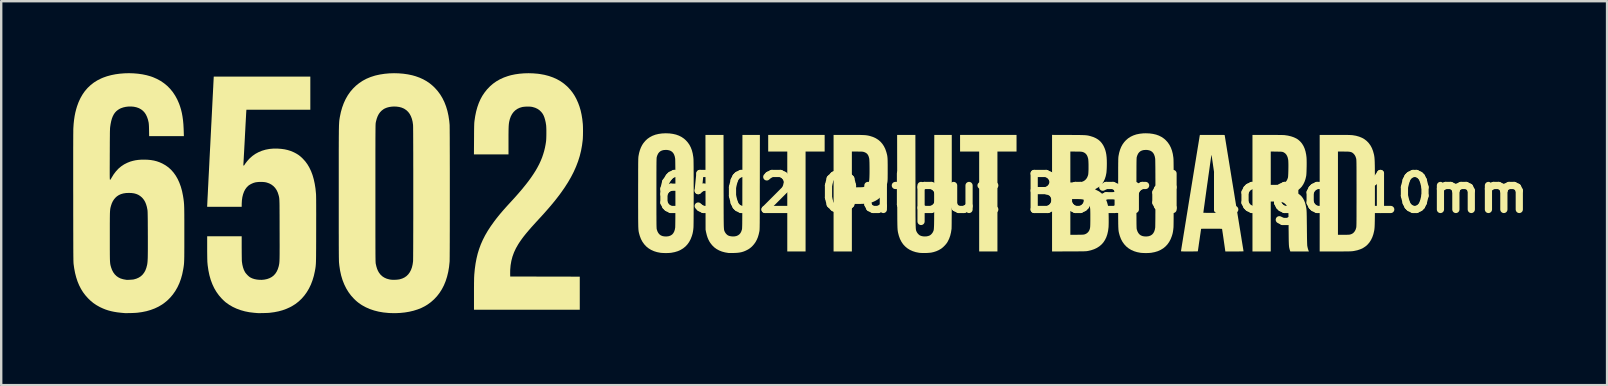
<source format=kicad_pcb>
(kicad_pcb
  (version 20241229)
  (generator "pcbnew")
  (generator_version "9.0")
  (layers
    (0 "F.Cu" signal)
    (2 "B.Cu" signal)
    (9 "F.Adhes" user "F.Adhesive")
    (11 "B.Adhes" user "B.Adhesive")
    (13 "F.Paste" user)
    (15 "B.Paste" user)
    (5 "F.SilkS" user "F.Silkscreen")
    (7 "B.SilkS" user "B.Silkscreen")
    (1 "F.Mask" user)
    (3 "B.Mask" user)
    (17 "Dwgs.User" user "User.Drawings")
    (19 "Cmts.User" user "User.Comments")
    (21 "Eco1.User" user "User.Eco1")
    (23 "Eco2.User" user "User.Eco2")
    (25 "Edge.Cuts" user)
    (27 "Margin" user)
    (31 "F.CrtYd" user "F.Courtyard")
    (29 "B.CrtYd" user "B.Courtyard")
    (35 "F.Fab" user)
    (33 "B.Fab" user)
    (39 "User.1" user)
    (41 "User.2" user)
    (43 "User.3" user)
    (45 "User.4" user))
  (footprint "6502 Output Board Logo 10mm"
    (layer "F.Cu")
    (at 42.473 5)
    (property "Reference" "6502 Output Board Logo 10mm" (at 0 0 0) (layer "F.SilkS") (effects (font (size 1.5 1.5) (thickness 0.3))))
    (attr board_only exclude_from_pos_files exclude_from_bom)
    (fp_poly (pts (xy -11.16 -2.081) (xy -11.16 -1.735) (xy -11.558 -1.735) (xy -11.955 -1.735) (xy -11.955 0.347) (xy -11.955 2.428) (xy -12.336 2.428) (xy -12.717 2.428) (xy -12.717 0.347) (xy -12.717 -1.735) (xy -13.115 -1.735) (xy -13.512 -1.735) (xy -13.512 -2.081) (xy -13.512 -2.428) (xy -12.336 -2.428) (xy -11.16 -2.428)) (stroke (width 0) (type solid)) (fill yes) (layer "F.SilkS"))
    (fp_poly (pts (xy -3.164 -2.081) (xy -3.164 -1.735) (xy -3.562 -1.735) (xy -3.96 -1.735) (xy -3.96 0.347) (xy -3.96 2.428) (xy -4.341 2.428) (xy -4.721 2.428) (xy -4.721 0.347) (xy -4.721 -1.735) (xy -5.119 -1.735) (xy -5.517 -1.735) (xy -5.517 -2.081) (xy -5.517 -2.428) (xy -4.341 -2.428) (xy -3.164 -2.428)) (stroke (width 0) (type solid)) (fill yes) (layer "F.SilkS"))
    (fp_poly (pts (xy -10.038 -2.428) (xy -9.926 -2.428) (xy -9.828 -2.428) (xy -9.742 -2.427) (xy -9.668 -2.426) (xy -9.605 -2.424) (xy -9.55 -2.422) (xy -9.502 -2.42) (xy -9.461 -2.417) (xy -9.424 -2.413) (xy -9.39 -2.408) (xy -9.359 -2.403) (xy -9.328 -2.396) (xy -9.296 -2.389) (xy -9.272 -2.383) (xy -9.146 -2.343) (xy -9.032 -2.291) (xy -8.93 -2.227) (xy -8.839 -2.15) (xy -8.76 -2.061) (xy -8.692 -1.96) (xy -8.635 -1.846) (xy -8.591 -1.719) (xy -8.581 -1.684) (xy -8.571 -1.646) (xy -8.562 -1.612) (xy -8.555 -1.579) (xy -8.549 -1.547) (xy -8.545 -1.512) (xy -8.541 -1.475) (xy -8.538 -1.432) (xy -8.536 -1.383) (xy -8.535 -1.325) (xy -8.534 -1.257) (xy -8.533 -1.176) (xy -8.533 -1.082) (xy -8.533 -0.99) (xy -8.533 -0.888) (xy -8.533 -0.801) (xy -8.534 -0.727) (xy -8.534 -0.666) (xy -8.535 -0.616) (xy -8.536 -0.574) (xy -8.538 -0.54) (xy -8.539 -0.512) (xy -8.542 -0.488) (xy -8.545 -0.467) (xy -8.548 -0.447) (xy -8.548 -0.444) (xy -8.576 -0.314) (xy -8.611 -0.198) (xy -8.653 -0.095) (xy -8.702 -0.002) (xy -8.761 0.082) (xy -8.81 0.14) (xy -8.881 0.209) (xy -8.956 0.266) (xy -9.04 0.316) (xy -9.061 0.326) (xy -9.126 0.357) (xy -9.191 0.382) (xy -9.259 0.402) (xy -9.33 0.418) (xy -9.409 0.431) (xy -9.496 0.44) (xy -9.593 0.445) (xy -9.704 0.448) (xy -9.787 0.448) (xy -10.026 0.448) (xy -10.026 1.438) (xy -10.026 2.428) (xy -10.407 2.428) (xy -10.788 2.428) (xy -10.788 0) (xy -10.788 -0.99) (xy -10.026 -0.99) (xy -10.026 -0.245) (xy -9.804 -0.245) (xy -9.725 -0.246) (xy -9.66 -0.247) (xy -9.61 -0.249) (xy -9.573 -0.252) (xy -9.547 -0.255) (xy -9.54 -0.257) (xy -9.472 -0.282) (xy -9.416 -0.317) (xy -9.371 -0.363) (xy -9.337 -0.422) (xy -9.312 -0.494) (xy -9.304 -0.532) (xy -9.3 -0.561) (xy -9.297 -0.604) (xy -9.294 -0.66) (xy -9.292 -0.726) (xy -9.29 -0.799) (xy -9.289 -0.878) (xy -9.289 -0.96) (xy -9.289 -1.043) (xy -9.29 -1.124) (xy -9.291 -1.201) (xy -9.292 -1.273) (xy -9.295 -1.336) (xy -9.297 -1.388) (xy -9.301 -1.427) (xy -9.303 -1.445) (xy -9.323 -1.522) (xy -9.35 -1.585) (xy -9.386 -1.636) (xy -9.432 -1.675) (xy -9.489 -1.704) (xy -9.528 -1.718) (xy -9.547 -1.723) (xy -9.566 -1.727) (xy -9.589 -1.73) (xy -9.617 -1.732) (xy -9.653 -1.733) (xy -9.7 -1.734) (xy -9.759 -1.734) (xy -9.805 -1.735) (xy -10.026 -1.735) (xy -10.026 -0.99) (xy -10.788 -0.99) (xy -10.788 -2.428) (xy -10.166 -2.428)) (stroke (width 0) (type solid)) (fill yes) (layer "F.SilkS"))
    (fp_poly (pts (xy -15.371 -0.489) (xy -15.371 -0.272) (xy -15.371 -0.072) (xy -15.37 0.113) (xy -15.37 0.283) (xy -15.37 0.439) (xy -15.37 0.581) (xy -15.369 0.71) (xy -15.369 0.827) (xy -15.368 0.932) (xy -15.368 1.026) (xy -15.367 1.11) (xy -15.366 1.185) (xy -15.365 1.25) (xy -15.364 1.307) (xy -15.363 1.357) (xy -15.361 1.399) (xy -15.359 1.436) (xy -15.357 1.466) (xy -15.355 1.492) (xy -15.352 1.514) (xy -15.35 1.532) (xy -15.346 1.546) (xy -15.343 1.559) (xy -15.339 1.57) (xy -15.335 1.58) (xy -15.331 1.59) (xy -15.326 1.6) (xy -15.32 1.611) (xy -15.317 1.617) (xy -15.295 1.656) (xy -15.263 1.696) (xy -15.226 1.732) (xy -15.19 1.758) (xy -15.183 1.762) (xy -15.126 1.784) (xy -15.06 1.797) (xy -14.989 1.803) (xy -14.918 1.801) (xy -14.853 1.789) (xy -14.84 1.786) (xy -14.772 1.757) (xy -14.715 1.716) (xy -14.669 1.663) (xy -14.634 1.596) (xy -14.607 1.516) (xy -14.607 1.514) (xy -14.605 1.506) (xy -14.604 1.498) (xy -14.602 1.487) (xy -14.601 1.474) (xy -14.6 1.457) (xy -14.599 1.437) (xy -14.598 1.412) (xy -14.597 1.382) (xy -14.596 1.346) (xy -14.595 1.304) (xy -14.594 1.254) (xy -14.594 1.196) (xy -14.593 1.13) (xy -14.593 1.055) (xy -14.592 0.97) (xy -14.592 0.875) (xy -14.591 0.768) (xy -14.591 0.649) (xy -14.591 0.518) (xy -14.59 0.374) (xy -14.59 0.216) (xy -14.59 0.043) (xy -14.59 -0.144) (xy -14.589 -0.348) (xy -14.589 -0.489) (xy -14.586 -2.428) (xy -14.223 -2.428) (xy -13.859 -2.428) (xy -13.861 -0.463) (xy -13.862 -0.247) (xy -13.862 -0.047) (xy -13.862 0.137) (xy -13.862 0.306) (xy -13.863 0.461) (xy -13.863 0.603) (xy -13.863 0.731) (xy -13.864 0.847) (xy -13.864 0.952) (xy -13.864 1.046) (xy -13.865 1.129) (xy -13.865 1.203) (xy -13.866 1.268) (xy -13.867 1.324) (xy -13.867 1.373) (xy -13.868 1.415) (xy -13.869 1.45) (xy -13.87 1.48) (xy -13.871 1.505) (xy -13.872 1.526) (xy -13.873 1.543) (xy -13.875 1.557) (xy -13.876 1.569) (xy -13.878 1.579) (xy -13.878 1.582) (xy -13.907 1.714) (xy -13.942 1.832) (xy -13.986 1.938) (xy -14.038 2.034) (xy -14.099 2.121) (xy -14.158 2.189) (xy -14.219 2.249) (xy -14.278 2.297) (xy -14.341 2.339) (xy -14.397 2.369) (xy -14.474 2.406) (xy -14.549 2.435) (xy -14.624 2.457) (xy -14.704 2.473) (xy -14.792 2.484) (xy -14.891 2.49) (xy -14.959 2.492) (xy -15.015 2.492) (xy -15.066 2.492) (xy -15.111 2.492) (xy -15.146 2.492) (xy -15.167 2.491) (xy -15.171 2.491) (xy -15.312 2.467) (xy -15.442 2.432) (xy -15.559 2.385) (xy -15.666 2.326) (xy -15.762 2.255) (xy -15.847 2.171) (xy -15.923 2.075) (xy -15.957 2.022) (xy -16 1.942) (xy -16.037 1.855) (xy -16.069 1.757) (xy -16.096 1.646) (xy -16.104 1.612) (xy -16.122 1.519) (xy -16.125 -0.455) (xy -16.127 -2.428) (xy -15.751 -2.428) (xy -15.374 -2.428)) (stroke (width 0) (type solid)) (fill yes) (layer "F.SilkS"))
    (fp_poly (pts (xy -7.376 -0.489) (xy -7.375 -0.272) (xy -7.375 -0.072) (xy -7.375 0.113) (xy -7.375 0.283) (xy -7.374 0.439) (xy -7.374 0.581) (xy -7.374 0.71) (xy -7.373 0.827) (xy -7.373 0.932) (xy -7.372 1.026) (xy -7.371 1.11) (xy -7.371 1.185) (xy -7.37 1.25) (xy -7.368 1.307) (xy -7.367 1.357) (xy -7.365 1.399) (xy -7.364 1.436) (xy -7.362 1.466) (xy -7.359 1.492) (xy -7.357 1.514) (xy -7.354 1.532) (xy -7.351 1.546) (xy -7.347 1.559) (xy -7.344 1.57) (xy -7.339 1.58) (xy -7.335 1.59) (xy -7.33 1.6) (xy -7.325 1.611) (xy -7.322 1.617) (xy -7.299 1.656) (xy -7.267 1.696) (xy -7.23 1.732) (xy -7.193 1.759) (xy -7.187 1.762) (xy -7.127 1.785) (xy -7.058 1.799) (xy -6.984 1.803) (xy -6.91 1.799) (xy -6.84 1.784) (xy -6.782 1.762) (xy -6.746 1.738) (xy -6.709 1.704) (xy -6.676 1.664) (xy -6.651 1.625) (xy -6.647 1.617) (xy -6.642 1.605) (xy -6.637 1.595) (xy -6.632 1.585) (xy -6.628 1.575) (xy -6.624 1.565) (xy -6.62 1.553) (xy -6.617 1.539) (xy -6.614 1.523) (xy -6.611 1.504) (xy -6.609 1.48) (xy -6.607 1.452) (xy -6.605 1.418) (xy -6.603 1.379) (xy -6.601 1.333) (xy -6.6 1.28) (xy -6.599 1.219) (xy -6.598 1.149) (xy -6.597 1.07) (xy -6.597 0.981) (xy -6.596 0.881) (xy -6.596 0.77) (xy -6.595 0.648) (xy -6.595 0.512) (xy -6.595 0.364) (xy -6.594 0.201) (xy -6.594 0.024) (xy -6.594 -0.169) (xy -6.594 -0.377) (xy -6.594 -0.489) (xy -6.591 -2.428) (xy -6.227 -2.428) (xy -5.863 -2.428) (xy -5.863 -0.512) (xy -5.864 -0.262) (xy -5.864 -0.03) (xy -5.864 0.185) (xy -5.864 0.384) (xy -5.864 0.566) (xy -5.865 0.732) (xy -5.865 0.881) (xy -5.866 1.014) (xy -5.867 1.13) (xy -5.867 1.23) (xy -5.868 1.313) (xy -5.869 1.381) (xy -5.87 1.432) (xy -5.871 1.468) (xy -5.872 1.487) (xy -5.872 1.487) (xy -5.895 1.635) (xy -5.928 1.772) (xy -5.973 1.898) (xy -6.029 2.012) (xy -6.069 2.077) (xy -6.108 2.127) (xy -6.156 2.181) (xy -6.209 2.234) (xy -6.263 2.281) (xy -6.308 2.315) (xy -6.404 2.371) (xy -6.506 2.417) (xy -6.618 2.453) (xy -6.697 2.471) (xy -6.746 2.479) (xy -6.808 2.485) (xy -6.878 2.49) (xy -6.953 2.493) (xy -7.029 2.493) (xy -7.101 2.492) (xy -7.166 2.489) (xy -7.22 2.484) (xy -7.226 2.483) (xy -7.364 2.456) (xy -7.492 2.415) (xy -7.609 2.362) (xy -7.714 2.296) (xy -7.807 2.218) (xy -7.89 2.128) (xy -7.96 2.025) (xy -8.019 1.911) (xy -8.065 1.784) (xy -8.092 1.683) (xy -8.096 1.663) (xy -8.101 1.644) (xy -8.105 1.626) (xy -8.108 1.608) (xy -8.111 1.59) (xy -8.114 1.57) (xy -8.117 1.548) (xy -8.12 1.523) (xy -8.122 1.495) (xy -8.124 1.463) (xy -8.126 1.426) (xy -8.127 1.384) (xy -8.129 1.335) (xy -8.13 1.279) (xy -8.131 1.216) (xy -8.132 1.145) (xy -8.133 1.065) (xy -8.133 0.975) (xy -8.134 0.874) (xy -8.134 0.763) (xy -8.135 0.64) (xy -8.135 0.504) (xy -8.136 0.356) (xy -8.136 0.193) (xy -8.136 0.016) (xy -8.137 -0.176) (xy -8.137 -0.384) (xy -8.137 -0.493) (xy -8.14 -2.428) (xy -7.759 -2.428) (xy -7.379 -2.428)) (stroke (width 0) (type solid)) (fill yes) (layer "F.SilkS"))
    (fp_poly (pts (xy 10.231 -2.428) (xy 10.341 -2.428) (xy 10.437 -2.428) (xy 10.52 -2.427) (xy 10.591 -2.426) (xy 10.651 -2.426) (xy 10.701 -2.424) (xy 10.743 -2.423) (xy 10.779 -2.421) (xy 10.808 -2.419) (xy 10.833 -2.417) (xy 10.844 -2.416) (xy 10.985 -2.392) (xy 11.114 -2.355) (xy 11.231 -2.307) (xy 11.336 -2.247) (xy 11.429 -2.174) (xy 11.511 -2.089) (xy 11.582 -1.992) (xy 11.642 -1.882) (xy 11.69 -1.759) (xy 11.727 -1.624) (xy 11.739 -1.565) (xy 11.743 -1.542) (xy 11.746 -1.517) (xy 11.75 -1.49) (xy 11.753 -1.459) (xy 11.755 -1.424) (xy 11.758 -1.384) (xy 11.76 -1.339) (xy 11.762 -1.286) (xy 11.763 -1.226) (xy 11.765 -1.158) (xy 11.766 -1.08) (xy 11.767 -0.992) (xy 11.767 -0.894) (xy 11.768 -0.783) (xy 11.769 -0.66) (xy 11.769 -0.524) (xy 11.769 -0.373) (xy 11.769 -0.207) (xy 11.769 -0.025) (xy 11.769 0) (xy 11.769 0.184) (xy 11.769 0.352) (xy 11.769 0.505) (xy 11.769 0.643) (xy 11.768 0.768) (xy 11.768 0.88) (xy 11.767 0.98) (xy 11.766 1.069) (xy 11.765 1.148) (xy 11.763 1.218) (xy 11.762 1.279) (xy 11.76 1.332) (xy 11.758 1.379) (xy 11.756 1.419) (xy 11.753 1.455) (xy 11.75 1.486) (xy 11.747 1.514) (xy 11.743 1.539) (xy 11.739 1.562) (xy 11.739 1.565) (xy 11.706 1.706) (xy 11.662 1.834) (xy 11.607 1.949) (xy 11.541 2.051) (xy 11.464 2.141) (xy 11.375 2.219) (xy 11.274 2.284) (xy 11.162 2.337) (xy 11.038 2.378) (xy 10.902 2.407) (xy 10.844 2.416) (xy 10.821 2.418) (xy 10.794 2.42) (xy 10.762 2.422) (xy 10.723 2.424) (xy 10.677 2.425) (xy 10.622 2.426) (xy 10.557 2.427) (xy 10.48 2.427) (xy 10.391 2.428) (xy 10.288 2.428) (xy 10.17 2.428) (xy 10.105 2.428) (xy 9.468 2.428) (xy 9.468 0) (xy 10.229 0) (xy 10.229 1.735) (xy 10.46 1.734) (xy 10.54 1.734) (xy 10.604 1.733) (xy 10.654 1.731) (xy 10.692 1.729) (xy 10.72 1.726) (xy 10.733 1.723) (xy 10.783 1.707) (xy 10.822 1.689) (xy 10.857 1.666) (xy 10.882 1.644) (xy 10.928 1.589) (xy 10.964 1.522) (xy 10.989 1.442) (xy 10.989 1.44) (xy 10.991 1.431) (xy 10.993 1.42) (xy 10.994 1.407) (xy 10.996 1.39) (xy 10.997 1.37) (xy 10.998 1.345) (xy 10.999 1.314) (xy 11 1.278) (xy 11.001 1.234) (xy 11.001 1.182) (xy 11.002 1.121) (xy 11.002 1.051) (xy 11.003 0.971) (xy 11.003 0.879) (xy 11.003 0.776) (xy 11.003 0.66) (xy 11.003 0.53) (xy 11.004 0.387) (xy 11.004 0.228) (xy 11.004 0.053) (xy 11.004 0) (xy 11.004 -0.18) (xy 11.004 -0.343) (xy 11.003 -0.491) (xy 11.003 -0.625) (xy 11.003 -0.744) (xy 11.003 -0.851) (xy 11.003 -0.946) (xy 11.002 -1.029) (xy 11.002 -1.102) (xy 11.001 -1.166) (xy 11.001 -1.22) (xy 11 -1.266) (xy 10.999 -1.305) (xy 10.998 -1.337) (xy 10.997 -1.363) (xy 10.996 -1.385) (xy 10.995 -1.402) (xy 10.993 -1.416) (xy 10.991 -1.428) (xy 10.99 -1.438) (xy 10.989 -1.44) (xy 10.964 -1.521) (xy 10.929 -1.588) (xy 10.883 -1.643) (xy 10.883 -1.643) (xy 10.856 -1.667) (xy 10.831 -1.686) (xy 10.804 -1.701) (xy 10.774 -1.713) (xy 10.738 -1.722) (xy 10.695 -1.728) (xy 10.643 -1.732) (xy 10.579 -1.734) (xy 10.501 -1.734) (xy 10.459 -1.735) (xy 10.229 -1.735) (xy 10.229 0) (xy 9.468 0) (xy 9.468 -2.428) (xy 10.105 -2.428)) (stroke (width 0) (type solid)) (fill yes) (layer "F.SilkS"))
    (fp_poly (pts (xy 7.412 -2.428) (xy 7.523 -2.428) (xy 7.626 -2.427) (xy 7.719 -2.426) (xy 7.801 -2.425) (xy 7.872 -2.424) (xy 7.929 -2.423) (xy 7.972 -2.422) (xy 7.999 -2.42) (xy 8.002 -2.42) (xy 8.145 -2.399) (xy 8.275 -2.368) (xy 8.392 -2.328) (xy 8.497 -2.278) (xy 8.553 -2.243) (xy 8.591 -2.214) (xy 8.634 -2.175) (xy 8.676 -2.132) (xy 8.714 -2.088) (xy 8.736 -2.06) (xy 8.793 -1.966) (xy 8.841 -1.858) (xy 8.878 -1.738) (xy 8.905 -1.606) (xy 8.918 -1.504) (xy 8.921 -1.462) (xy 8.924 -1.407) (xy 8.925 -1.342) (xy 8.926 -1.27) (xy 8.926 -1.192) (xy 8.925 -1.113) (xy 8.923 -1.034) (xy 8.921 -0.958) (xy 8.919 -0.887) (xy 8.916 -0.825) (xy 8.912 -0.773) (xy 8.908 -0.735) (xy 8.907 -0.723) (xy 8.877 -0.592) (xy 8.836 -0.474) (xy 8.785 -0.369) (xy 8.724 -0.277) (xy 8.651 -0.198) (xy 8.568 -0.132) (xy 8.498 -0.091) (xy 8.468 -0.075) (xy 8.444 -0.061) (xy 8.431 -0.051) (xy 8.43 -0.048) (xy 8.438 -0.042) (xy 8.458 -0.032) (xy 8.486 -0.019) (xy 8.494 -0.016) (xy 8.578 0.024) (xy 8.651 0.075) (xy 8.716 0.137) (xy 8.771 0.211) (xy 8.818 0.297) (xy 8.857 0.396) (xy 8.888 0.51) (xy 8.912 0.638) (xy 8.915 0.663) (xy 8.918 0.684) (xy 8.92 0.71) (xy 8.922 0.742) (xy 8.924 0.781) (xy 8.926 0.829) (xy 8.927 0.885) (xy 8.929 0.953) (xy 8.93 1.031) (xy 8.931 1.123) (xy 8.932 1.228) (xy 8.934 1.349) (xy 8.935 1.447) (xy 8.936 1.591) (xy 8.938 1.721) (xy 8.939 1.836) (xy 8.941 1.936) (xy 8.943 2.02) (xy 8.945 2.089) (xy 8.947 2.141) (xy 8.949 2.177) (xy 8.951 2.196) (xy 8.965 2.264) (xy 8.982 2.33) (xy 9.001 2.385) (xy 9.004 2.392) (xy 9.019 2.428) (xy 8.631 2.428) (xy 8.243 2.428) (xy 8.225 2.371) (xy 8.217 2.345) (xy 8.211 2.321) (xy 8.205 2.297) (xy 8.199 2.273) (xy 8.195 2.247) (xy 8.191 2.219) (xy 8.188 2.186) (xy 8.185 2.147) (xy 8.183 2.102) (xy 8.181 2.049) (xy 8.179 1.986) (xy 8.178 1.914) (xy 8.177 1.829) (xy 8.176 1.732) (xy 8.175 1.621) (xy 8.173 1.494) (xy 8.173 1.455) (xy 8.172 1.327) (xy 8.171 1.215) (xy 8.17 1.117) (xy 8.169 1.033) (xy 8.168 0.961) (xy 8.167 0.901) (xy 8.166 0.85) (xy 8.164 0.809) (xy 8.163 0.775) (xy 8.161 0.748) (xy 8.159 0.726) (xy 8.157 0.709) (xy 8.155 0.695) (xy 8.153 0.688) (xy 8.135 0.619) (xy 8.115 0.564) (xy 8.092 0.519) (xy 8.064 0.48) (xy 8.034 0.449) (xy 7.999 0.421) (xy 7.961 0.398) (xy 7.918 0.379) (xy 7.868 0.366) (xy 7.808 0.356) (xy 7.738 0.351) (xy 7.653 0.348) (xy 7.6 0.347) (xy 7.429 0.347) (xy 7.429 1.388) (xy 7.429 2.428) (xy 7.048 2.428) (xy 6.667 2.428) (xy 6.667 0) (xy 6.667 -1.041) (xy 7.429 -1.041) (xy 7.429 -0.347) (xy 7.6 -0.347) (xy 7.672 -0.348) (xy 7.735 -0.35) (xy 7.788 -0.353) (xy 7.828 -0.358) (xy 7.835 -0.359) (xy 7.915 -0.38) (xy 7.984 -0.413) (xy 8.041 -0.457) (xy 8.087 -0.514) (xy 8.124 -0.585) (xy 8.145 -0.647) (xy 8.149 -0.671) (xy 8.153 -0.709) (xy 8.156 -0.758) (xy 8.159 -0.818) (xy 8.161 -0.885) (xy 8.163 -0.956) (xy 8.164 -1.03) (xy 8.165 -1.103) (xy 8.165 -1.174) (xy 8.164 -1.24) (xy 8.162 -1.298) (xy 8.16 -1.346) (xy 8.157 -1.382) (xy 8.156 -1.388) (xy 8.138 -1.477) (xy 8.11 -1.552) (xy 8.073 -1.614) (xy 8.027 -1.663) (xy 7.971 -1.7) (xy 7.946 -1.711) (xy 7.931 -1.716) (xy 7.916 -1.721) (xy 7.899 -1.724) (xy 7.877 -1.727) (xy 7.848 -1.729) (xy 7.81 -1.73) (xy 7.761 -1.731) (xy 7.699 -1.732) (xy 7.664 -1.733) (xy 7.429 -1.736) (xy 7.429 -1.041) (xy 6.667 -1.041) (xy 6.667 -2.428) (xy 7.294 -2.428)) (stroke (width 0) (type solid)) (fill yes) (layer "F.SilkS"))
    (fp_poly (pts (xy -0.996 -2.426) (xy -0.867 -2.426) (xy -0.754 -2.425) (xy -0.655 -2.424) (xy -0.569 -2.424) (xy -0.495 -2.423) (xy -0.432 -2.421) (xy -0.377 -2.42) (xy -0.331 -2.418) (xy -0.291 -2.415) (xy -0.256 -2.412) (xy -0.225 -2.408) (xy -0.197 -2.404) (xy -0.171 -2.399) (xy -0.144 -2.393) (xy -0.117 -2.386) (xy -0.087 -2.378) (xy -0.082 -2.377) (xy 0.038 -2.339) (xy 0.144 -2.291) (xy 0.238 -2.233) (xy 0.32 -2.164) (xy 0.39 -2.083) (xy 0.451 -1.99) (xy 0.469 -1.954) (xy 0.506 -1.874) (xy 0.536 -1.79) (xy 0.56 -1.7) (xy 0.578 -1.603) (xy 0.59 -1.497) (xy 0.597 -1.379) (xy 0.599 -1.249) (xy 0.598 -1.138) (xy 0.596 -1.07) (xy 0.593 -1.004) (xy 0.589 -0.943) (xy 0.585 -0.891) (xy 0.581 -0.852) (xy 0.58 -0.842) (xy 0.553 -0.711) (xy 0.515 -0.593) (xy 0.466 -0.488) (xy 0.405 -0.395) (xy 0.333 -0.314) (xy 0.25 -0.247) (xy 0.16 -0.194) (xy 0.135 -0.18) (xy 0.118 -0.167) (xy 0.112 -0.159) (xy 0.112 -0.159) (xy 0.121 -0.151) (xy 0.142 -0.139) (xy 0.169 -0.127) (xy 0.173 -0.125) (xy 0.27 -0.077) (xy 0.357 -0.014) (xy 0.435 0.061) (xy 0.502 0.15) (xy 0.558 0.251) (xy 0.604 0.365) (xy 0.64 0.491) (xy 0.656 0.577) (xy 0.661 0.613) (xy 0.664 0.663) (xy 0.668 0.725) (xy 0.671 0.796) (xy 0.673 0.874) (xy 0.675 0.957) (xy 0.676 1.041) (xy 0.676 1.125) (xy 0.676 1.205) (xy 0.675 1.28) (xy 0.673 1.346) (xy 0.671 1.401) (xy 0.669 1.426) (xy 0.65 1.574) (xy 0.619 1.711) (xy 0.577 1.835) (xy 0.522 1.948) (xy 0.456 2.049) (xy 0.377 2.138) (xy 0.286 2.215) (xy 0.183 2.281) (xy 0.068 2.335) (xy -0.06 2.378) (xy -0.178 2.405) (xy -0.195 2.408) (xy -0.213 2.411) (xy -0.231 2.414) (xy -0.25 2.416) (xy -0.273 2.418) (xy -0.3 2.419) (xy -0.333 2.421) (xy -0.372 2.422) (xy -0.419 2.423) (xy -0.476 2.423) (xy -0.543 2.424) (xy -0.622 2.425) (xy -0.713 2.425) (xy -0.819 2.426) (xy -0.94 2.426) (xy -0.979 2.426) (xy -1.684 2.429) (xy -1.684 0.99) (xy -0.922 0.99) (xy -0.922 1.735) (xy -0.645 1.733) (xy -0.569 1.732) (xy -0.507 1.731) (xy -0.458 1.73) (xy -0.42 1.729) (xy -0.39 1.727) (xy -0.367 1.724) (xy -0.348 1.721) (xy -0.332 1.717) (xy -0.316 1.712) (xy -0.311 1.711) (xy -0.255 1.684) (xy -0.204 1.646) (xy -0.162 1.599) (xy -0.14 1.562) (xy -0.128 1.538) (xy -0.119 1.514) (xy -0.111 1.489) (xy -0.104 1.462) (xy -0.099 1.43) (xy -0.095 1.393) (xy -0.093 1.348) (xy -0.091 1.293) (xy -0.09 1.226) (xy -0.089 1.147) (xy -0.089 1.053) (xy -0.089 1.028) (xy -0.089 0.939) (xy -0.089 0.865) (xy -0.09 0.804) (xy -0.091 0.754) (xy -0.092 0.714) (xy -0.093 0.682) (xy -0.095 0.655) (xy -0.098 0.633) (xy -0.101 0.612) (xy -0.105 0.592) (xy -0.107 0.583) (xy -0.118 0.541) (xy -0.131 0.498) (xy -0.144 0.462) (xy -0.149 0.452) (xy -0.181 0.4) (xy -0.224 0.352) (xy -0.274 0.312) (xy -0.305 0.295) (xy -0.336 0.281) (xy -0.367 0.27) (xy -0.401 0.261) (xy -0.439 0.255) (xy -0.484 0.25) (xy -0.538 0.247) (xy -0.605 0.246) (xy -0.685 0.245) (xy -0.698 0.245) (xy -0.922 0.245) (xy -0.922 0.99) (xy -1.684 0.99) (xy -1.684 -0.000009) (xy -1.684 -1.09) (xy -0.922 -1.09) (xy -0.922 -0.446) (xy -0.717 -0.451) (xy -0.657 -0.453) (xy -0.6 -0.455) (xy -0.55 -0.458) (xy -0.509 -0.461) (xy -0.48 -0.464) (xy -0.47 -0.466) (xy -0.392 -0.491) (xy -0.326 -0.53) (xy -0.27 -0.581) (xy -0.226 -0.645) (xy -0.193 -0.722) (xy -0.18 -0.766) (xy -0.175 -0.797) (xy -0.171 -0.842) (xy -0.168 -0.898) (xy -0.165 -0.962) (xy -0.164 -1.033) (xy -0.164 -1.106) (xy -0.164 -1.179) (xy -0.166 -1.249) (xy -0.168 -1.313) (xy -0.172 -1.369) (xy -0.176 -1.414) (xy -0.18 -1.438) (xy -0.203 -1.518) (xy -0.233 -1.583) (xy -0.271 -1.635) (xy -0.318 -1.675) (xy -0.338 -1.687) (xy -0.364 -1.7) (xy -0.389 -1.711) (xy -0.414 -1.719) (xy -0.443 -1.725) (xy -0.478 -1.729) (xy -0.521 -1.732) (xy -0.574 -1.734) (xy -0.641 -1.734) (xy -0.696 -1.734) (xy -0.922 -1.735) (xy -0.922 -1.09) (xy -1.684 -1.09) (xy -1.684 -2.429)) (stroke (width 0) (type solid)) (fill yes) (layer "F.SilkS"))
    (fp_poly (pts (xy -23.302 -4.993) (xy -23.11 -4.977) (xy -23.027 -4.966) (xy -22.833 -4.931) (xy -22.65 -4.883) (xy -22.477 -4.822) (xy -22.315 -4.749) (xy -22.163 -4.663) (xy -22.024 -4.565) (xy -21.895 -4.454) (xy -21.864 -4.424) (xy -21.758 -4.31) (xy -21.665 -4.192) (xy -21.583 -4.067) (xy -21.508 -3.931) (xy -21.5 -3.913) (xy -21.432 -3.762) (xy -21.375 -3.607) (xy -21.327 -3.444) (xy -21.289 -3.272) (xy -21.259 -3.089) (xy -21.238 -2.893) (xy -21.237 -2.889) (xy -21.234 -2.831) (xy -21.231 -2.759) (xy -21.23 -2.679) (xy -21.229 -2.592) (xy -21.23 -2.505) (xy -21.231 -2.419) (xy -21.234 -2.34) (xy -21.237 -2.27) (xy -21.241 -2.22) (xy -21.27 -1.992) (xy -21.311 -1.768) (xy -21.366 -1.546) (xy -21.435 -1.327) (xy -21.519 -1.108) (xy -21.616 -0.89) (xy -21.729 -0.671) (xy -21.857 -0.45) (xy -22.001 -0.226) (xy -22.142 -0.025) (xy -22.229 0.093) (xy -22.319 0.21) (xy -22.413 0.329) (xy -22.513 0.45) (xy -22.619 0.576) (xy -22.733 0.707) (xy -22.856 0.846) (xy -22.99 0.993) (xy -23.073 1.083) (xy -23.192 1.213) (xy -23.3 1.332) (xy -23.398 1.441) (xy -23.486 1.543) (xy -23.566 1.637) (xy -23.639 1.726) (xy -23.705 1.809) (xy -23.765 1.889) (xy -23.821 1.967) (xy -23.874 2.044) (xy -23.923 2.12) (xy -23.928 2.128) (xy -24.024 2.295) (xy -24.104 2.466) (xy -24.168 2.641) (xy -24.215 2.821) (xy -24.247 3.006) (xy -24.263 3.198) (xy -24.265 3.367) (xy -24.262 3.473) (xy -22.813 3.475) (xy -21.364 3.478) (xy -21.364 4.167) (xy -21.364 4.857) (xy -23.568 4.857) (xy -25.772 4.857) (xy -25.772 4.211) (xy -25.772 4.075) (xy -25.772 3.954) (xy -25.771 3.847) (xy -25.771 3.754) (xy -25.769 3.672) (xy -25.768 3.602) (xy -25.767 3.54) (xy -25.765 3.487) (xy -25.762 3.44) (xy -25.76 3.4) (xy -25.76 3.397) (xy -25.738 3.161) (xy -25.707 2.937) (xy -25.667 2.724) (xy -25.618 2.52) (xy -25.557 2.322) (xy -25.486 2.13) (xy -25.402 1.941) (xy -25.306 1.753) (xy -25.196 1.565) (xy -25.072 1.375) (xy -24.933 1.181) (xy -24.885 1.117) (xy -24.82 1.033) (xy -24.754 0.95) (xy -24.685 0.866) (xy -24.611 0.779) (xy -24.531 0.687) (xy -24.444 0.589) (xy -24.348 0.483) (xy -24.254 0.381) (xy -24.08 0.191) (xy -23.92 0.01) (xy -23.773 -0.162) (xy -23.638 -0.328) (xy -23.514 -0.486) (xy -23.402 -0.639) (xy -23.301 -0.787) (xy -23.209 -0.931) (xy -23.128 -1.072) (xy -23.055 -1.21) (xy -22.992 -1.347) (xy -22.936 -1.483) (xy -22.889 -1.62) (xy -22.848 -1.757) (xy -22.814 -1.897) (xy -22.787 -2.039) (xy -22.771 -2.141) (xy -22.766 -2.186) (xy -22.762 -2.245) (xy -22.759 -2.314) (xy -22.757 -2.39) (xy -22.756 -2.47) (xy -22.756 -2.55) (xy -22.756 -2.629) (xy -22.758 -2.701) (xy -22.761 -2.765) (xy -22.764 -2.817) (xy -22.767 -2.843) (xy -22.786 -2.958) (xy -22.811 -3.064) (xy -22.839 -3.158) (xy -22.871 -3.238) (xy -22.907 -3.304) (xy -22.91 -3.309) (xy -22.974 -3.391) (xy -23.046 -3.46) (xy -23.128 -3.515) (xy -23.221 -3.559) (xy -23.326 -3.59) (xy -23.357 -3.597) (xy -23.407 -3.604) (xy -23.469 -3.608) (xy -23.538 -3.609) (xy -23.609 -3.607) (xy -23.676 -3.602) (xy -23.736 -3.595) (xy -23.767 -3.589) (xy -23.872 -3.557) (xy -23.966 -3.512) (xy -24.05 -3.453) (xy -24.123 -3.382) (xy -24.185 -3.298) (xy -24.237 -3.201) (xy -24.277 -3.091) (xy -24.3 -2.999) (xy -24.307 -2.967) (xy -24.312 -2.935) (xy -24.317 -2.902) (xy -24.321 -2.866) (xy -24.324 -2.825) (xy -24.327 -2.78) (xy -24.329 -2.727) (xy -24.331 -2.666) (xy -24.332 -2.595) (xy -24.333 -2.513) (xy -24.334 -2.418) (xy -24.334 -2.309) (xy -24.334 -2.184) (xy -24.334 -2.182) (xy -24.334 -1.616) (xy -25.054 -1.616) (xy -25.774 -1.616) (xy -25.77 -2.253) (xy -25.769 -2.377) (xy -25.769 -2.485) (xy -25.768 -2.579) (xy -25.767 -2.661) (xy -25.766 -2.73) (xy -25.765 -2.79) (xy -25.763 -2.84) (xy -25.762 -2.883) (xy -25.76 -2.919) (xy -25.758 -2.951) (xy -25.755 -2.978) (xy -25.752 -3.004) (xy -25.752 -3.008) (xy -25.721 -3.215) (xy -25.681 -3.409) (xy -25.631 -3.589) (xy -25.571 -3.758) (xy -25.501 -3.916) (xy -25.42 -4.063) (xy -25.327 -4.2) (xy -25.224 -4.329) (xy -25.108 -4.449) (xy -25.107 -4.451) (xy -24.98 -4.561) (xy -24.841 -4.66) (xy -24.69 -4.746) (xy -24.528 -4.82) (xy -24.355 -4.881) (xy -24.232 -4.916) (xy -24.061 -4.952) (xy -23.879 -4.978) (xy -23.689 -4.994) (xy -23.496 -4.999)) (stroke (width 0) (type solid)) (fill yes) (layer "F.SilkS"))
    (fp_poly (pts (xy 2.377 -2.49) (xy 2.519 -2.471) (xy 2.65 -2.441) (xy 2.77 -2.398) (xy 2.88 -2.342) (xy 2.98 -2.274) (xy 3.056 -2.206) (xy 3.138 -2.115) (xy 3.208 -2.013) (xy 3.266 -1.9) (xy 3.312 -1.776) (xy 3.347 -1.64) (xy 3.37 -1.491) (xy 3.376 -1.427) (xy 3.377 -1.402) (xy 3.378 -1.362) (xy 3.379 -1.305) (xy 3.38 -1.234) (xy 3.381 -1.147) (xy 3.382 -1.046) (xy 3.382 -0.932) (xy 3.383 -0.804) (xy 3.384 -0.663) (xy 3.384 -0.51) (xy 3.384 -0.346) (xy 3.384 -0.17) (xy 3.384 0) (xy 3.384 0.185) (xy 3.384 0.36) (xy 3.384 0.524) (xy 3.384 0.675) (xy 3.383 0.815) (xy 3.382 0.942) (xy 3.382 1.055) (xy 3.381 1.155) (xy 3.38 1.24) (xy 3.379 1.311) (xy 3.378 1.366) (xy 3.377 1.405) (xy 3.376 1.427) (xy 3.366 1.522) (xy 3.354 1.606) (xy 3.338 1.684) (xy 3.316 1.761) (xy 3.308 1.786) (xy 3.259 1.913) (xy 3.198 2.028) (xy 3.126 2.131) (xy 3.042 2.221) (xy 2.948 2.298) (xy 2.841 2.363) (xy 2.724 2.416) (xy 2.595 2.455) (xy 2.455 2.482) (xy 2.445 2.484) (xy 2.388 2.489) (xy 2.319 2.493) (xy 2.244 2.495) (xy 2.168 2.494) (xy 2.094 2.491) (xy 2.03 2.487) (xy 1.997 2.483) (xy 1.858 2.456) (xy 1.729 2.416) (xy 1.611 2.363) (xy 1.503 2.297) (xy 1.407 2.219) (xy 1.323 2.128) (xy 1.25 2.026) (xy 1.189 1.912) (xy 1.141 1.786) (xy 1.121 1.718) (xy 1.115 1.695) (xy 1.109 1.673) (xy 1.104 1.652) (xy 1.099 1.632) (xy 1.095 1.612) (xy 1.091 1.59) (xy 1.088 1.567) (xy 1.085 1.54) (xy 1.082 1.51) (xy 1.08 1.475) (xy 1.078 1.435) (xy 1.076 1.389) (xy 1.075 1.336) (xy 1.073 1.275) (xy 1.073 1.206) (xy 1.072 1.128) (xy 1.071 1.039) (xy 1.071 0.939) (xy 1.071 0.828) (xy 1.07 0.704) (xy 1.07 0.567) (xy 1.07 0.415) (xy 1.07 0.248) (xy 1.07 0.066) (xy 1.07 0) (xy 1.832 0) (xy 1.832 0.184) (xy 1.832 0.352) (xy 1.832 0.505) (xy 1.832 0.643) (xy 1.832 0.768) (xy 1.832 0.879) (xy 1.833 0.978) (xy 1.833 1.065) (xy 1.833 1.142) (xy 1.834 1.209) (xy 1.834 1.267) (xy 1.835 1.316) (xy 1.836 1.357) (xy 1.837 1.392) (xy 1.838 1.421) (xy 1.839 1.444) (xy 1.84 1.463) (xy 1.841 1.478) (xy 1.843 1.49) (xy 1.845 1.5) (xy 1.846 1.508) (xy 1.847 1.509) (xy 1.875 1.592) (xy 1.912 1.661) (xy 1.958 1.716) (xy 2.015 1.758) (xy 2.082 1.786) (xy 2.158 1.801) (xy 2.162 1.801) (xy 2.251 1.804) (xy 2.33 1.795) (xy 2.361 1.788) (xy 2.429 1.761) (xy 2.486 1.722) (xy 2.534 1.668) (xy 2.571 1.602) (xy 2.598 1.522) (xy 2.614 1.434) (xy 2.615 1.415) (xy 2.616 1.381) (xy 2.617 1.331) (xy 2.618 1.268) (xy 2.619 1.193) (xy 2.62 1.106) (xy 2.621 1.01) (xy 2.621 0.904) (xy 2.622 0.79) (xy 2.622 0.67) (xy 2.623 0.543) (xy 2.623 0.413) (xy 2.623 0.279) (xy 2.623 0.142) (xy 2.623 0.004) (xy 2.623 -0.133) (xy 2.623 -0.27) (xy 2.623 -0.404) (xy 2.623 -0.535) (xy 2.622 -0.662) (xy 2.622 -0.782) (xy 2.621 -0.897) (xy 2.621 -1.003) (xy 2.62 -1.1) (xy 2.619 -1.188) (xy 2.618 -1.264) (xy 2.617 -1.328) (xy 2.616 -1.378) (xy 2.615 -1.413) (xy 2.614 -1.433) (xy 2.614 -1.434) (xy 2.597 -1.526) (xy 2.57 -1.605) (xy 2.534 -1.67) (xy 2.487 -1.722) (xy 2.429 -1.761) (xy 2.361 -1.787) (xy 2.281 -1.801) (xy 2.225 -1.803) (xy 2.139 -1.798) (xy 2.064 -1.78) (xy 2.001 -1.75) (xy 1.948 -1.707) (xy 1.904 -1.651) (xy 1.87 -1.581) (xy 1.846 -1.507) (xy 1.844 -1.499) (xy 1.843 -1.489) (xy 1.841 -1.477) (xy 1.84 -1.462) (xy 1.839 -1.443) (xy 1.838 -1.419) (xy 1.837 -1.389) (xy 1.836 -1.354) (xy 1.835 -1.311) (xy 1.834 -1.26) (xy 1.834 -1.201) (xy 1.833 -1.133) (xy 1.833 -1.054) (xy 1.833 -0.965) (xy 1.832 -0.864) (xy 1.832 -0.75) (xy 1.832 -0.623) (xy 1.832 -0.483) (xy 1.832 -0.327) (xy 1.832 -0.156) (xy 1.832 0) (xy 1.07 0) (xy 1.07 -0.185) (xy 1.07 -0.353) (xy 1.07 -0.507) (xy 1.071 -0.645) (xy 1.071 -0.77) (xy 1.071 -0.882) (xy 1.071 -0.982) (xy 1.071 -1.071) (xy 1.072 -1.149) (xy 1.072 -1.217) (xy 1.073 -1.276) (xy 1.074 -1.327) (xy 1.074 -1.37) (xy 1.075 -1.407) (xy 1.076 -1.438) (xy 1.077 -1.464) (xy 1.079 -1.486) (xy 1.08 -1.504) (xy 1.082 -1.52) (xy 1.084 -1.534) (xy 1.085 -1.545) (xy 1.113 -1.686) (xy 1.151 -1.815) (xy 1.198 -1.931) (xy 1.256 -2.036) (xy 1.325 -2.131) (xy 1.393 -2.205) (xy 1.486 -2.286) (xy 1.59 -2.353) (xy 1.704 -2.407) (xy 1.829 -2.449) (xy 1.965 -2.477) (xy 2.112 -2.493) (xy 2.223 -2.496)) (stroke (width 0) (type solid)) (fill yes) (layer "F.SilkS"))
    (fp_poly (pts (xy -17.625 -2.49) (xy -17.484 -2.471) (xy -17.353 -2.441) (xy -17.234 -2.398) (xy -17.124 -2.343) (xy -17.024 -2.275) (xy -16.946 -2.206) (xy -16.865 -2.116) (xy -16.795 -2.017) (xy -16.738 -1.907) (xy -16.692 -1.786) (xy -16.658 -1.654) (xy -16.634 -1.509) (xy -16.626 -1.427) (xy -16.625 -1.403) (xy -16.624 -1.364) (xy -16.623 -1.31) (xy -16.622 -1.243) (xy -16.621 -1.163) (xy -16.62 -1.073) (xy -16.62 -0.972) (xy -16.619 -0.863) (xy -16.619 -0.745) (xy -16.618 -0.622) (xy -16.618 -0.493) (xy -16.618 -0.36) (xy -16.617 -0.224) (xy -16.617 -0.086) (xy -16.617 0.053) (xy -16.617 0.192) (xy -16.618 0.328) (xy -16.618 0.462) (xy -16.618 0.592) (xy -16.619 0.717) (xy -16.619 0.836) (xy -16.62 0.947) (xy -16.62 1.05) (xy -16.621 1.143) (xy -16.622 1.225) (xy -16.623 1.296) (xy -16.624 1.353) (xy -16.625 1.395) (xy -16.626 1.423) (xy -16.626 1.427) (xy -16.635 1.522) (xy -16.648 1.606) (xy -16.664 1.684) (xy -16.686 1.761) (xy -16.694 1.786) (xy -16.743 1.913) (xy -16.804 2.028) (xy -16.876 2.13) (xy -16.96 2.221) (xy -17.055 2.298) (xy -17.162 2.363) (xy -17.279 2.416) (xy -17.408 2.455) (xy -17.548 2.482) (xy -17.557 2.484) (xy -17.614 2.489) (xy -17.682 2.493) (xy -17.758 2.495) (xy -17.834 2.494) (xy -17.907 2.491) (xy -17.972 2.487) (xy -18.005 2.483) (xy -18.144 2.456) (xy -18.273 2.416) (xy -18.391 2.363) (xy -18.499 2.297) (xy -18.595 2.219) (xy -18.679 2.128) (xy -18.752 2.026) (xy -18.813 1.912) (xy -18.861 1.786) (xy -18.881 1.718) (xy -18.887 1.695) (xy -18.893 1.673) (xy -18.898 1.652) (xy -18.903 1.632) (xy -18.907 1.612) (xy -18.911 1.59) (xy -18.914 1.567) (xy -18.917 1.54) (xy -18.92 1.51) (xy -18.922 1.475) (xy -18.924 1.435) (xy -18.926 1.389) (xy -18.927 1.336) (xy -18.928 1.275) (xy -18.929 1.206) (xy -18.93 1.128) (xy -18.931 1.039) (xy -18.931 0.939) (xy -18.931 0.828) (xy -18.931 0.704) (xy -18.932 0.567) (xy -18.932 0.415) (xy -18.932 0.248) (xy -18.932 0.066) (xy -18.932 0) (xy -18.17 0) (xy -18.17 0.184) (xy -18.17 0.352) (xy -18.17 0.505) (xy -18.17 0.643) (xy -18.17 0.768) (xy -18.17 0.879) (xy -18.169 0.978) (xy -18.169 1.065) (xy -18.169 1.142) (xy -18.168 1.209) (xy -18.168 1.267) (xy -18.167 1.316) (xy -18.166 1.357) (xy -18.165 1.392) (xy -18.164 1.421) (xy -18.163 1.444) (xy -18.162 1.463) (xy -18.161 1.478) (xy -18.159 1.49) (xy -18.157 1.5) (xy -18.155 1.508) (xy -18.155 1.509) (xy -18.127 1.592) (xy -18.09 1.661) (xy -18.044 1.716) (xy -17.987 1.758) (xy -17.92 1.786) (xy -17.843 1.801) (xy -17.84 1.801) (xy -17.751 1.804) (xy -17.672 1.795) (xy -17.641 1.788) (xy -17.573 1.761) (xy -17.515 1.722) (xy -17.468 1.668) (xy -17.431 1.602) (xy -17.404 1.522) (xy -17.388 1.434) (xy -17.387 1.415) (xy -17.386 1.381) (xy -17.385 1.331) (xy -17.384 1.268) (xy -17.383 1.193) (xy -17.382 1.106) (xy -17.381 1.01) (xy -17.381 0.904) (xy -17.38 0.79) (xy -17.38 0.67) (xy -17.379 0.543) (xy -17.379 0.413) (xy -17.379 0.279) (xy -17.379 0.142) (xy -17.379 0.004) (xy -17.379 -0.133) (xy -17.379 -0.27) (xy -17.379 -0.404) (xy -17.379 -0.535) (xy -17.38 -0.662) (xy -17.38 -0.782) (xy -17.381 -0.897) (xy -17.381 -1.003) (xy -17.382 -1.1) (xy -17.383 -1.188) (xy -17.384 -1.264) (xy -17.385 -1.328) (xy -17.386 -1.378) (xy -17.387 -1.413) (xy -17.388 -1.433) (xy -17.388 -1.434) (xy -17.405 -1.526) (xy -17.432 -1.605) (xy -17.468 -1.67) (xy -17.515 -1.722) (xy -17.573 -1.761) (xy -17.641 -1.787) (xy -17.721 -1.801) (xy -17.777 -1.803) (xy -17.863 -1.798) (xy -17.938 -1.78) (xy -18.001 -1.75) (xy -18.054 -1.707) (xy -18.098 -1.651) (xy -18.132 -1.581) (xy -18.156 -1.507) (xy -18.157 -1.499) (xy -18.159 -1.489) (xy -18.161 -1.477) (xy -18.162 -1.462) (xy -18.163 -1.443) (xy -18.164 -1.419) (xy -18.165 -1.389) (xy -18.166 -1.354) (xy -18.167 -1.311) (xy -18.168 -1.26) (xy -18.168 -1.201) (xy -18.169 -1.133) (xy -18.169 -1.054) (xy -18.169 -0.965) (xy -18.17 -0.864) (xy -18.17 -0.75) (xy -18.17 -0.623) (xy -18.17 -0.483) (xy -18.17 -0.327) (xy -18.17 -0.156) (xy -18.17 0) (xy -18.932 0) (xy -18.932 -0.185) (xy -18.932 -0.353) (xy -18.931 -0.507) (xy -18.931 -0.645) (xy -18.931 -0.77) (xy -18.931 -0.882) (xy -18.931 -0.982) (xy -18.93 -1.071) (xy -18.93 -1.149) (xy -18.93 -1.217) (xy -18.929 -1.276) (xy -18.928 -1.327) (xy -18.927 -1.37) (xy -18.927 -1.407) (xy -18.926 -1.438) (xy -18.924 -1.464) (xy -18.923 -1.486) (xy -18.922 -1.504) (xy -18.92 -1.52) (xy -18.918 -1.534) (xy -18.917 -1.545) (xy -18.891 -1.678) (xy -18.857 -1.797) (xy -18.815 -1.906) (xy -18.764 -2.006) (xy -18.716 -2.08) (xy -18.637 -2.177) (xy -18.548 -2.261) (xy -18.447 -2.332) (xy -18.336 -2.391) (xy -18.214 -2.437) (xy -18.081 -2.469) (xy -17.938 -2.489) (xy -17.784 -2.496) (xy -17.778 -2.496)) (stroke (width 0) (type solid)) (fill yes) (layer "F.SilkS"))
    (fp_poly (pts (xy 5.084 -2.428) (xy 5.17 -2.428) (xy 5.25 -2.428) (xy 5.322 -2.427) (xy 5.384 -2.427) (xy 5.435 -2.427) (xy 5.474 -2.426) (xy 5.499 -2.425) (xy 5.508 -2.425) (xy 5.508 -2.425) (xy 5.509 -2.416) (xy 5.513 -2.391) (xy 5.52 -2.352) (xy 5.529 -2.297) (xy 5.54 -2.228) (xy 5.553 -2.146) (xy 5.569 -2.051) (xy 5.586 -1.944) (xy 5.605 -1.825) (xy 5.626 -1.696) (xy 5.649 -1.557) (xy 5.673 -1.408) (xy 5.699 -1.25) (xy 5.726 -1.085) (xy 5.754 -0.911) (xy 5.783 -0.731) (xy 5.813 -0.545) (xy 5.845 -0.353) (xy 5.877 -0.157) (xy 5.902 -0.004) (xy 5.934 0.196) (xy 5.966 0.392) (xy 5.997 0.582) (xy 6.027 0.767) (xy 6.056 0.946) (xy 6.084 1.118) (xy 6.111 1.282) (xy 6.136 1.438) (xy 6.16 1.584) (xy 6.182 1.722) (xy 6.203 1.849) (xy 6.221 1.965) (xy 6.238 2.069) (xy 6.253 2.161) (xy 6.266 2.241) (xy 6.277 2.306) (xy 6.285 2.358) (xy 6.291 2.395) (xy 6.294 2.416) (xy 6.295 2.421) (xy 6.287 2.423) (xy 6.263 2.424) (xy 6.226 2.425) (xy 6.178 2.426) (xy 6.119 2.427) (xy 6.051 2.428) (xy 5.977 2.428) (xy 5.916 2.428) (xy 5.537 2.428) (xy 5.471 1.969) (xy 5.459 1.883) (xy 5.447 1.801) (xy 5.436 1.726) (xy 5.426 1.658) (xy 5.417 1.6) (xy 5.41 1.554) (xy 5.405 1.52) (xy 5.402 1.5) (xy 5.401 1.495) (xy 5.399 1.492) (xy 5.395 1.489) (xy 5.387 1.487) (xy 5.374 1.485) (xy 5.354 1.484) (xy 5.326 1.483) (xy 5.289 1.482) (xy 5.242 1.481) (xy 5.182 1.481) (xy 5.109 1.481) (xy 5.021 1.481) (xy 4.962 1.481) (xy 4.878 1.481) (xy 4.799 1.481) (xy 4.727 1.481) (xy 4.664 1.482) (xy 4.611 1.482) (xy 4.569 1.483) (xy 4.541 1.484) (xy 4.528 1.484) (xy 4.527 1.485) (xy 4.525 1.494) (xy 4.522 1.518) (xy 4.517 1.555) (xy 4.509 1.605) (xy 4.501 1.666) (xy 4.49 1.736) (xy 4.479 1.813) (xy 4.467 1.897) (xy 4.459 1.952) (xy 4.446 2.038) (xy 4.434 2.12) (xy 4.424 2.195) (xy 4.414 2.262) (xy 4.406 2.319) (xy 4.399 2.365) (xy 4.394 2.398) (xy 4.392 2.418) (xy 4.391 2.422) (xy 4.383 2.423) (xy 4.36 2.424) (xy 4.323 2.426) (xy 4.275 2.427) (xy 4.216 2.427) (xy 4.15 2.428) (xy 4.077 2.428) (xy 4.04 2.428) (xy 3.954 2.428) (xy 3.883 2.428) (xy 3.826 2.428) (xy 3.781 2.427) (xy 3.747 2.426) (xy 3.723 2.425) (xy 3.707 2.424) (xy 3.696 2.421) (xy 3.691 2.419) (xy 3.689 2.415) (xy 3.689 2.413) (xy 3.69 2.404) (xy 3.694 2.379) (xy 3.701 2.338) (xy 3.709 2.284) (xy 3.72 2.216) (xy 3.733 2.135) (xy 3.748 2.042) (xy 3.765 1.939) (xy 3.783 1.825) (xy 3.803 1.701) (xy 3.825 1.569) (xy 3.847 1.43) (xy 3.871 1.283) (xy 3.896 1.13) (xy 3.921 0.971) (xy 3.947 0.815) (xy 4.62 0.815) (xy 4.628 0.816) (xy 4.651 0.817) (xy 4.688 0.818) (xy 4.736 0.819) (xy 4.794 0.82) (xy 4.86 0.82) (xy 4.933 0.821) (xy 4.962 0.821) (xy 5.051 0.821) (xy 5.124 0.82) (xy 5.183 0.82) (xy 5.229 0.819) (xy 5.262 0.817) (xy 5.285 0.816) (xy 5.299 0.814) (xy 5.305 0.811) (xy 5.305 0.81) (xy 5.304 0.799) (xy 5.3 0.773) (xy 5.295 0.732) (xy 5.288 0.678) (xy 5.278 0.612) (xy 5.268 0.535) (xy 5.256 0.449) (xy 5.242 0.354) (xy 5.228 0.252) (xy 5.212 0.143) (xy 5.196 0.029) (xy 5.179 -0.088) (xy 5.162 -0.209) (xy 5.145 -0.331) (xy 5.127 -0.453) (xy 5.11 -0.575) (xy 5.093 -0.696) (xy 5.076 -0.813) (xy 5.06 -0.926) (xy 5.044 -1.034) (xy 5.029 -1.135) (xy 5.016 -1.229) (xy 5.003 -1.315) (xy 4.992 -1.39) (xy 4.983 -1.455) (xy 4.975 -1.507) (xy 4.969 -1.546) (xy 4.965 -1.571) (xy 4.963 -1.58) (xy 4.963 -1.58) (xy 4.955 -1.582) (xy 4.954 -1.581) (xy 4.953 -1.573) (xy 4.949 -1.549) (xy 4.944 -1.51) (xy 4.936 -1.458) (xy 4.927 -1.394) (xy 4.916 -1.319) (xy 4.904 -1.234) (xy 4.891 -1.14) (xy 4.877 -1.039) (xy 4.862 -0.931) (xy 4.846 -0.818) (xy 4.829 -0.701) (xy 4.813 -0.581) (xy 4.796 -0.459) (xy 4.778 -0.336) (xy 4.761 -0.214) (xy 4.744 -0.093) (xy 4.728 0.025) (xy 4.712 0.139) (xy 4.697 0.248) (xy 4.683 0.351) (xy 4.67 0.447) (xy 4.658 0.534) (xy 4.647 0.611) (xy 4.638 0.678) (xy 4.63 0.733) (xy 4.625 0.774) (xy 4.621 0.802) (xy 4.62 0.814) (xy 4.62 0.815) (xy 3.947 0.815) (xy 3.948 0.808) (xy 3.975 0.641) (xy 4.002 0.471) (xy 4.03 0.299) (xy 4.058 0.126) (xy 4.087 -0.048) (xy 4.115 -0.222) (xy 4.143 -0.395) (xy 4.171 -0.566) (xy 4.198 -0.734) (xy 4.225 -0.899) (xy 4.251 -1.059) (xy 4.276 -1.215) (xy 4.301 -1.364) (xy 4.324 -1.507) (xy 4.346 -1.643) (xy 4.367 -1.77) (xy 4.386 -1.888) (xy 4.404 -1.996) (xy 4.42 -2.093) (xy 4.434 -2.179) (xy 4.446 -2.253) (xy 4.456 -2.313) (xy 4.463 -2.36) (xy 4.469 -2.391) (xy 4.471 -2.407) (xy 4.472 -2.409) (xy 4.476 -2.428) (xy 4.992 -2.428)) (stroke (width 0) (type solid)) (fill yes) (layer "F.SilkS"))
    (fp_poly (pts (xy -32.592 -4.167) (xy -32.592 -3.477) (xy -33.924 -3.477) (xy -35.255 -3.477) (xy -35.261 -3.403) (xy -35.262 -3.386) (xy -35.264 -3.352) (xy -35.267 -3.304) (xy -35.27 -3.242) (xy -35.274 -3.168) (xy -35.279 -3.082) (xy -35.284 -2.987) (xy -35.29 -2.882) (xy -35.296 -2.77) (xy -35.302 -2.65) (xy -35.309 -2.526) (xy -35.316 -2.396) (xy -35.32 -2.306) (xy -35.327 -2.174) (xy -35.334 -2.046) (xy -35.341 -1.924) (xy -35.347 -1.807) (xy -35.353 -1.698) (xy -35.359 -1.596) (xy -35.364 -1.505) (xy -35.368 -1.424) (xy -35.372 -1.354) (xy -35.375 -1.297) (xy -35.378 -1.254) (xy -35.379 -1.226) (xy -35.38 -1.216) (xy -35.382 -1.183) (xy -35.382 -1.164) (xy -35.38 -1.154) (xy -35.373 -1.151) (xy -35.368 -1.151) (xy -35.351 -1.158) (xy -35.338 -1.175) (xy -35.319 -1.206) (xy -35.292 -1.246) (xy -35.257 -1.291) (xy -35.219 -1.339) (xy -35.179 -1.385) (xy -35.14 -1.428) (xy -35.113 -1.455) (xy -35.001 -1.554) (xy -34.878 -1.64) (xy -34.746 -1.711) (xy -34.605 -1.769) (xy -34.456 -1.813) (xy -34.299 -1.843) (xy -34.135 -1.858) (xy -33.965 -1.858) (xy -33.958 -1.858) (xy -33.807 -1.847) (xy -33.667 -1.828) (xy -33.537 -1.799) (xy -33.415 -1.761) (xy -33.297 -1.712) (xy -33.247 -1.688) (xy -33.164 -1.643) (xy -33.09 -1.597) (xy -33.021 -1.545) (xy -32.953 -1.485) (xy -32.905 -1.438) (xy -32.803 -1.326) (xy -32.712 -1.202) (xy -32.632 -1.066) (xy -32.561 -0.918) (xy -32.5 -0.757) (xy -32.45 -0.583) (xy -32.409 -0.396) (xy -32.377 -0.196) (xy -32.356 0.018) (xy -32.355 0.034) (xy -32.353 0.06) (xy -32.352 0.099) (xy -32.351 0.15) (xy -32.35 0.213) (xy -32.349 0.29) (xy -32.349 0.381) (xy -32.348 0.486) (xy -32.348 0.605) (xy -32.348 0.739) (xy -32.347 0.888) (xy -32.348 1.053) (xy -32.348 1.233) (xy -32.348 1.43) (xy -32.348 1.531) (xy -32.349 1.714) (xy -32.349 1.88) (xy -32.349 2.031) (xy -32.35 2.168) (xy -32.35 2.292) (xy -32.351 2.403) (xy -32.352 2.502) (xy -32.352 2.591) (xy -32.353 2.67) (xy -32.354 2.739) (xy -32.356 2.801) (xy -32.357 2.856) (xy -32.359 2.904) (xy -32.361 2.946) (xy -32.364 2.985) (xy -32.367 3.019) (xy -32.37 3.051) (xy -32.374 3.08) (xy -32.378 3.109) (xy -32.382 3.138) (xy -32.387 3.167) (xy -32.393 3.198) (xy -32.399 3.231) (xy -32.402 3.249) (xy -32.445 3.445) (xy -32.501 3.631) (xy -32.568 3.807) (xy -32.648 3.972) (xy -32.739 4.125) (xy -32.841 4.266) (xy -32.954 4.396) (xy -33.078 4.513) (xy -33.213 4.618) (xy -33.358 4.709) (xy -33.435 4.75) (xy -33.588 4.819) (xy -33.747 4.877) (xy -33.915 4.923) (xy -34.092 4.958) (xy -34.28 4.983) (xy -34.313 4.986) (xy -34.358 4.989) (xy -34.413 4.991) (xy -34.474 4.993) (xy -34.538 4.995) (xy -34.602 4.996) (xy -34.663 4.997) (xy -34.717 4.997) (xy -34.761 4.997) (xy -34.793 4.996) (xy -34.8 4.996) (xy -34.824 4.994) (xy -34.859 4.99) (xy -34.902 4.987) (xy -34.944 4.983) (xy -35.135 4.96) (xy -35.32 4.923) (xy -35.498 4.873) (xy -35.666 4.811) (xy -35.825 4.737) (xy -35.973 4.651) (xy -36.11 4.553) (xy -36.125 4.542) (xy -36.155 4.515) (xy -36.193 4.481) (xy -36.234 4.441) (xy -36.274 4.401) (xy -36.289 4.386) (xy -36.404 4.254) (xy -36.507 4.11) (xy -36.598 3.955) (xy -36.676 3.788) (xy -36.743 3.609) (xy -36.797 3.418) (xy -36.839 3.215) (xy -36.87 3) (xy -36.881 2.877) (xy -36.883 2.847) (xy -36.884 2.802) (xy -36.886 2.744) (xy -36.887 2.675) (xy -36.888 2.598) (xy -36.889 2.513) (xy -36.89 2.424) (xy -36.89 2.331) (xy -36.89 2.279) (xy -36.89 1.794) (xy -36.171 1.794) (xy -35.452 1.794) (xy -35.452 2.282) (xy -35.451 2.375) (xy -35.451 2.464) (xy -35.45 2.548) (xy -35.449 2.626) (xy -35.448 2.696) (xy -35.447 2.755) (xy -35.446 2.803) (xy -35.444 2.836) (xy -35.443 2.85) (xy -35.425 2.973) (xy -35.398 3.087) (xy -35.363 3.19) (xy -35.319 3.279) (xy -35.315 3.287) (xy -35.286 3.329) (xy -35.246 3.376) (xy -35.202 3.423) (xy -35.156 3.465) (xy -35.112 3.499) (xy -35.094 3.51) (xy -35.014 3.549) (xy -34.923 3.579) (xy -34.823 3.599) (xy -34.718 3.61) (xy -34.61 3.611) (xy -34.504 3.601) (xy -34.504 3.601) (xy -34.391 3.577) (xy -34.289 3.54) (xy -34.199 3.492) (xy -34.12 3.431) (xy -34.052 3.357) (xy -33.995 3.27) (xy -33.948 3.17) (xy -33.912 3.057) (xy -33.903 3.021) (xy -33.899 2.999) (xy -33.895 2.979) (xy -33.891 2.957) (xy -33.887 2.935) (xy -33.884 2.91) (xy -33.882 2.882) (xy -33.879 2.85) (xy -33.877 2.814) (xy -33.876 2.771) (xy -33.874 2.723) (xy -33.873 2.666) (xy -33.872 2.602) (xy -33.871 2.528) (xy -33.871 2.445) (xy -33.871 2.35) (xy -33.87 2.244) (xy -33.87 2.125) (xy -33.871 1.993) (xy -33.871 1.846) (xy -33.871 1.684) (xy -33.872 1.51) (xy -33.872 1.339) (xy -33.872 1.184) (xy -33.873 1.043) (xy -33.873 0.917) (xy -33.874 0.805) (xy -33.874 0.705) (xy -33.875 0.616) (xy -33.875 0.539) (xy -33.876 0.471) (xy -33.877 0.412) (xy -33.879 0.361) (xy -33.88 0.318) (xy -33.882 0.281) (xy -33.884 0.249) (xy -33.886 0.222) (xy -33.889 0.198) (xy -33.892 0.177) (xy -33.895 0.159) (xy -33.899 0.141) (xy -33.903 0.123) (xy -33.908 0.105) (xy -33.913 0.085) (xy -33.915 0.078) (xy -33.951 -0.034) (xy -33.999 -0.133) (xy -34.058 -0.22) (xy -34.129 -0.295) (xy -34.211 -0.357) (xy -34.304 -0.407) (xy -34.407 -0.443) (xy -34.453 -0.454) (xy -34.512 -0.463) (xy -34.581 -0.468) (xy -34.657 -0.47) (xy -34.734 -0.468) (xy -34.806 -0.462) (xy -34.869 -0.453) (xy -34.884 -0.45) (xy -34.957 -0.429) (xy -35.031 -0.398) (xy -35.1 -0.362) (xy -35.16 -0.323) (xy -35.172 -0.313) (xy -35.243 -0.243) (xy -35.304 -0.16) (xy -35.354 -0.064) (xy -35.394 0.045) (xy -35.424 0.165) (xy -35.443 0.298) (xy -35.451 0.442) (xy -35.451 0.476) (xy -35.452 0.567) (xy -36.171 0.567) (xy -36.89 0.567) (xy -36.89 0.535) (xy -36.89 0.524) (xy -36.888 0.497) (xy -36.886 0.454) (xy -36.883 0.396) (xy -36.88 0.325) (xy -36.876 0.24) (xy -36.871 0.142) (xy -36.865 0.032) (xy -36.859 -0.089) (xy -36.853 -0.221) (xy -36.845 -0.363) (xy -36.838 -0.514) (xy -36.83 -0.673) (xy -36.821 -0.841) (xy -36.812 -1.015) (xy -36.803 -1.196) (xy -36.794 -1.383) (xy -36.784 -1.575) (xy -36.774 -1.771) (xy -36.772 -1.811) (xy -36.761 -2.012) (xy -36.751 -2.212) (xy -36.741 -2.408) (xy -36.731 -2.601) (xy -36.722 -2.79) (xy -36.712 -2.973) (xy -36.703 -3.151) (xy -36.694 -3.321) (xy -36.686 -3.483) (xy -36.678 -3.637) (xy -36.671 -3.781) (xy -36.664 -3.915) (xy -36.658 -4.038) (xy -36.652 -4.149) (xy -36.647 -4.247) (xy -36.643 -4.331) (xy -36.639 -4.401) (xy -36.636 -4.456) (xy -36.635 -4.491) (xy -36.616 -4.857) (xy -34.604 -4.857) (xy -32.592 -4.857)) (stroke (width 0) (type solid)) (fill yes) (layer "F.SilkS"))
    (fp_poly (pts (xy -28.908 -4.994) (xy -28.714 -4.978) (xy -28.525 -4.951) (xy -28.345 -4.913) (xy -28.204 -4.873) (xy -28.04 -4.814) (xy -27.89 -4.746) (xy -27.75 -4.668) (xy -27.619 -4.579) (xy -27.495 -4.477) (xy -27.405 -4.391) (xy -27.287 -4.259) (xy -27.18 -4.115) (xy -27.086 -3.96) (xy -27.005 -3.794) (xy -26.936 -3.616) (xy -26.879 -3.426) (xy -26.835 -3.225) (xy -26.803 -3.013) (xy -26.788 -2.856) (xy -26.787 -2.836) (xy -26.786 -2.8) (xy -26.786 -2.749) (xy -26.785 -2.683) (xy -26.784 -2.603) (xy -26.784 -2.511) (xy -26.783 -2.406) (xy -26.782 -2.29) (xy -26.782 -2.163) (xy -26.782 -2.027) (xy -26.781 -1.881) (xy -26.781 -1.727) (xy -26.78 -1.565) (xy -26.78 -1.397) (xy -26.78 -1.223) (xy -26.779 -1.044) (xy -26.779 -0.861) (xy -26.779 -0.674) (xy -26.779 -0.484) (xy -26.779 -0.292) (xy -26.779 -0.099) (xy -26.779 0.094) (xy -26.779 0.287) (xy -26.779 0.479) (xy -26.779 0.669) (xy -26.779 0.856) (xy -26.779 1.04) (xy -26.78 1.219) (xy -26.78 1.393) (xy -26.78 1.562) (xy -26.781 1.723) (xy -26.781 1.877) (xy -26.781 2.023) (xy -26.782 2.16) (xy -26.782 2.287) (xy -26.783 2.404) (xy -26.784 2.509) (xy -26.784 2.601) (xy -26.785 2.681) (xy -26.786 2.747) (xy -26.786 2.799) (xy -26.787 2.835) (xy -26.788 2.855) (xy -26.788 2.856) (xy -26.811 3.074) (xy -26.846 3.282) (xy -26.894 3.479) (xy -26.953 3.664) (xy -27.025 3.839) (xy -27.11 4.002) (xy -27.206 4.153) (xy -27.314 4.293) (xy -27.434 4.421) (xy -27.566 4.538) (xy -27.709 4.642) (xy -27.819 4.709) (xy -27.964 4.782) (xy -28.121 4.844) (xy -28.289 4.897) (xy -28.466 4.939) (xy -28.652 4.97) (xy -28.845 4.99) (xy -29.044 4.999) (xy -29.247 4.996) (xy -29.336 4.991) (xy -29.546 4.97) (xy -29.745 4.936) (xy -29.934 4.888) (xy -30.112 4.828) (xy -30.28 4.754) (xy -30.437 4.668) (xy -30.502 4.626) (xy -30.574 4.575) (xy -30.64 4.523) (xy -30.705 4.466) (xy -30.773 4.4) (xy -30.777 4.396) (xy -30.897 4.263) (xy -31.004 4.119) (xy -31.098 3.964) (xy -31.18 3.797) (xy -31.25 3.619) (xy -31.307 3.43) (xy -31.351 3.229) (xy -31.383 3.017) (xy -31.394 2.91) (xy -31.396 2.894) (xy -31.397 2.876) (xy -31.398 2.855) (xy -31.399 2.83) (xy -31.4 2.801) (xy -31.4 2.767) (xy -31.401 2.728) (xy -31.402 2.683) (xy -31.403 2.631) (xy -31.403 2.573) (xy -31.404 2.507) (xy -31.404 2.432) (xy -31.405 2.35) (xy -31.405 2.257) (xy -31.406 2.155) (xy -31.406 2.043) (xy -31.406 1.92) (xy -31.406 1.785) (xy -31.407 1.639) (xy -31.407 1.48) (xy -31.407 1.307) (xy -31.407 1.121) (xy -31.407 0.921) (xy -31.407 0.706) (xy -31.407 0.476) (xy -31.407 0.23) (xy -31.407 0) (xy -31.407 -0.022) (xy -29.88 -0.022) (xy -29.88 0) (xy -29.88 0.262) (xy -29.88 0.507) (xy -29.88 0.737) (xy -29.88 0.952) (xy -29.88 1.151) (xy -29.88 1.337) (xy -29.88 1.509) (xy -29.88 1.667) (xy -29.88 1.813) (xy -29.879 1.947) (xy -29.879 2.07) (xy -29.879 2.182) (xy -29.879 2.283) (xy -29.878 2.374) (xy -29.878 2.457) (xy -29.878 2.53) (xy -29.877 2.595) (xy -29.877 2.653) (xy -29.876 2.703) (xy -29.875 2.747) (xy -29.875 2.784) (xy -29.874 2.817) (xy -29.873 2.844) (xy -29.872 2.867) (xy -29.871 2.886) (xy -29.87 2.901) (xy -29.869 2.914) (xy -29.868 2.925) (xy -29.867 2.934) (xy -29.865 2.942) (xy -29.865 2.942) (xy -29.839 3.056) (xy -29.808 3.156) (xy -29.77 3.243) (xy -29.726 3.319) (xy -29.673 3.387) (xy -29.657 3.404) (xy -29.585 3.469) (xy -29.503 3.521) (xy -29.411 3.562) (xy -29.307 3.591) (xy -29.254 3.601) (xy -29.2 3.607) (xy -29.135 3.61) (xy -29.064 3.609) (xy -28.993 3.605) (xy -28.927 3.598) (xy -28.871 3.589) (xy -28.866 3.588) (xy -28.762 3.556) (xy -28.668 3.512) (xy -28.584 3.454) (xy -28.512 3.383) (xy -28.45 3.299) (xy -28.399 3.202) (xy -28.358 3.092) (xy -28.329 2.969) (xy -28.311 2.844) (xy -28.31 2.827) (xy -28.309 2.794) (xy -28.309 2.746) (xy -28.308 2.683) (xy -28.307 2.607) (xy -28.307 2.517) (xy -28.306 2.415) (xy -28.305 2.302) (xy -28.305 2.178) (xy -28.304 2.044) (xy -28.304 1.901) (xy -28.304 1.749) (xy -28.303 1.59) (xy -28.303 1.424) (xy -28.303 1.252) (xy -28.302 1.075) (xy -28.302 0.894) (xy -28.302 0.709) (xy -28.302 0.52) (xy -28.302 0.33) (xy -28.302 0.139) (xy -28.302 -0.054) (xy -28.302 -0.245) (xy -28.302 -0.436) (xy -28.302 -0.626) (xy -28.302 -0.812) (xy -28.302 -0.995) (xy -28.303 -1.175) (xy -28.303 -1.349) (xy -28.303 -1.517) (xy -28.303 -1.68) (xy -28.304 -1.835) (xy -28.304 -1.981) (xy -28.305 -2.12) (xy -28.305 -2.248) (xy -28.306 -2.366) (xy -28.306 -2.473) (xy -28.307 -2.569) (xy -28.308 -2.651) (xy -28.308 -2.72) (xy -28.309 -2.775) (xy -28.31 -2.815) (xy -28.311 -2.839) (xy -28.311 -2.844) (xy -28.33 -2.979) (xy -28.36 -3.1) (xy -28.401 -3.208) (xy -28.452 -3.304) (xy -28.514 -3.386) (xy -28.587 -3.456) (xy -28.671 -3.513) (xy -28.706 -3.532) (xy -28.794 -3.568) (xy -28.891 -3.593) (xy -28.993 -3.607) (xy -29.097 -3.612) (xy -29.202 -3.606) (xy -29.304 -3.591) (xy -29.399 -3.566) (xy -29.486 -3.531) (xy -29.545 -3.497) (xy -29.62 -3.44) (xy -29.684 -3.374) (xy -29.739 -3.298) (xy -29.785 -3.21) (xy -29.823 -3.109) (xy -29.854 -2.995) (xy -29.865 -2.942) (xy -29.866 -2.934) (xy -29.868 -2.926) (xy -29.869 -2.915) (xy -29.87 -2.902) (xy -29.871 -2.887) (xy -29.872 -2.868) (xy -29.873 -2.846) (xy -29.874 -2.819) (xy -29.875 -2.787) (xy -29.875 -2.75) (xy -29.876 -2.707) (xy -29.876 -2.657) (xy -29.877 -2.6) (xy -29.877 -2.535) (xy -29.878 -2.463) (xy -29.878 -2.381) (xy -29.879 -2.291) (xy -29.879 -2.19) (xy -29.879 -2.079) (xy -29.879 -1.958) (xy -29.88 -1.825) (xy -29.88 -1.679) (xy -29.88 -1.522) (xy -29.88 -1.351) (xy -29.88 -1.167) (xy -29.88 -0.968) (xy -29.88 -0.755) (xy -29.88 -0.527) (xy -29.88 -0.282) (xy -29.88 -0.022) (xy -31.407 -0.022) (xy -31.407 -0.263) (xy -31.407 -0.509) (xy -31.407 -0.74) (xy -31.407 -0.956) (xy -31.407 -1.157) (xy -31.407 -1.343) (xy -31.407 -1.517) (xy -31.407 -1.677) (xy -31.407 -1.825) (xy -31.406 -1.962) (xy -31.406 -2.087) (xy -31.405 -2.202) (xy -31.405 -2.306) (xy -31.404 -2.401) (xy -31.403 -2.487) (xy -31.403 -2.565) (xy -31.402 -2.635) (xy -31.4 -2.698) (xy -31.399 -2.755) (xy -31.398 -2.805) (xy -31.396 -2.85) (xy -31.394 -2.89) (xy -31.392 -2.926) (xy -31.39 -2.958) (xy -31.388 -2.987) (xy -31.386 -3.013) (xy -31.383 -3.037) (xy -31.38 -3.06) (xy -31.377 -3.082) (xy -31.373 -3.104) (xy -31.37 -3.126) (xy -31.366 -3.149) (xy -31.362 -3.173) (xy -31.361 -3.179) (xy -31.319 -3.38) (xy -31.265 -3.571) (xy -31.199 -3.751) (xy -31.121 -3.92) (xy -31.031 -4.078) (xy -30.929 -4.224) (xy -30.815 -4.357) (xy -30.691 -4.479) (xy -30.555 -4.588) (xy -30.409 -4.685) (xy -30.252 -4.769) (xy -30.084 -4.839) (xy -29.907 -4.896) (xy -29.87 -4.906) (xy -29.687 -4.946) (xy -29.497 -4.975) (xy -29.302 -4.993) (xy -29.105 -4.999)) (stroke (width 0) (type solid)) (fill yes) (layer "F.SilkS"))
    (fp_poly (pts (xy -39.956 -4.994) (xy -39.768 -4.978) (xy -39.586 -4.952) (xy -39.411 -4.915) (xy -39.245 -4.868) (xy -39.149 -4.834) (xy -38.983 -4.761) (xy -38.827 -4.676) (xy -38.684 -4.578) (xy -38.551 -4.468) (xy -38.43 -4.345) (xy -38.32 -4.209) (xy -38.222 -4.061) (xy -38.135 -3.901) (xy -38.06 -3.729) (xy -38.02 -3.617) (xy -37.98 -3.485) (xy -37.946 -3.346) (xy -37.919 -3.199) (xy -37.897 -3.041) (xy -37.881 -2.871) (xy -37.871 -2.688) (xy -37.867 -2.583) (xy -37.861 -2.378) (xy -38.585 -2.378) (xy -39.308 -2.378) (xy -39.312 -2.625) (xy -39.314 -2.712) (xy -39.316 -2.784) (xy -39.319 -2.843) (xy -39.323 -2.89) (xy -39.327 -2.928) (xy -39.33 -2.947) (xy -39.359 -3.071) (xy -39.397 -3.18) (xy -39.443 -3.276) (xy -39.499 -3.36) (xy -39.564 -3.431) (xy -39.64 -3.49) (xy -39.727 -3.539) (xy -39.746 -3.547) (xy -39.84 -3.58) (xy -39.944 -3.602) (xy -40.053 -3.612) (xy -40.165 -3.611) (xy -40.275 -3.599) (xy -40.381 -3.576) (xy -40.48 -3.542) (xy -40.529 -3.519) (xy -40.604 -3.474) (xy -40.671 -3.421) (xy -40.729 -3.36) (xy -40.779 -3.289) (xy -40.822 -3.207) (xy -40.859 -3.112) (xy -40.889 -3.005) (xy -40.914 -2.883) (xy -40.932 -2.763) (xy -40.934 -2.745) (xy -40.936 -2.724) (xy -40.938 -2.698) (xy -40.939 -2.668) (xy -40.94 -2.631) (xy -40.942 -2.587) (xy -40.943 -2.536) (xy -40.944 -2.475) (xy -40.944 -2.404) (xy -40.945 -2.323) (xy -40.946 -2.23) (xy -40.947 -2.125) (xy -40.947 -2.006) (xy -40.948 -1.872) (xy -40.948 -1.723) (xy -40.949 -1.61) (xy -40.949 -1.455) (xy -40.95 -1.316) (xy -40.95 -1.192) (xy -40.951 -1.082) (xy -40.951 -0.986) (xy -40.951 -0.903) (xy -40.951 -0.831) (xy -40.951 -0.769) (xy -40.95 -0.718) (xy -40.95 -0.676) (xy -40.949 -0.642) (xy -40.948 -0.615) (xy -40.947 -0.595) (xy -40.946 -0.58) (xy -40.944 -0.57) (xy -40.943 -0.564) (xy -40.941 -0.56) (xy -40.939 -0.559) (xy -40.936 -0.558) (xy -40.936 -0.558) (xy -40.926 -0.563) (xy -40.913 -0.577) (xy -40.896 -0.604) (xy -40.873 -0.643) (xy -40.868 -0.653) (xy -40.783 -0.79) (xy -40.689 -0.913) (xy -40.587 -1.023) (xy -40.474 -1.118) (xy -40.353 -1.199) (xy -40.221 -1.266) (xy -40.095 -1.316) (xy -39.987 -1.347) (xy -39.879 -1.371) (xy -39.765 -1.387) (xy -39.644 -1.396) (xy -39.521 -1.398) (xy -39.373 -1.394) (xy -39.236 -1.381) (xy -39.108 -1.359) (xy -38.987 -1.328) (xy -38.869 -1.286) (xy -38.756 -1.235) (xy -38.625 -1.161) (xy -38.503 -1.074) (xy -38.392 -0.973) (xy -38.291 -0.858) (xy -38.2 -0.731) (xy -38.119 -0.59) (xy -38.048 -0.435) (xy -37.987 -0.268) (xy -37.937 -0.088) (xy -37.898 0.105) (xy -37.881 0.212) (xy -37.875 0.25) (xy -37.871 0.287) (xy -37.866 0.322) (xy -37.862 0.357) (xy -37.859 0.392) (xy -37.856 0.429) (xy -37.853 0.469) (xy -37.851 0.513) (xy -37.849 0.561) (xy -37.847 0.615) (xy -37.846 0.676) (xy -37.845 0.745) (xy -37.844 0.823) (xy -37.843 0.91) (xy -37.843 1.008) (xy -37.842 1.119) (xy -37.842 1.241) (xy -37.842 1.378) (xy -37.842 1.53) (xy -37.842 1.696) (xy -37.842 1.862) (xy -37.842 2.012) (xy -37.842 2.147) (xy -37.842 2.268) (xy -37.843 2.376) (xy -37.843 2.473) (xy -37.844 2.558) (xy -37.844 2.634) (xy -37.846 2.701) (xy -37.847 2.76) (xy -37.849 2.813) (xy -37.851 2.859) (xy -37.853 2.901) (xy -37.856 2.94) (xy -37.859 2.975) (xy -37.863 3.009) (xy -37.868 3.042) (xy -37.872 3.076) (xy -37.878 3.11) (xy -37.884 3.148) (xy -37.89 3.181) (xy -37.93 3.38) (xy -37.983 3.569) (xy -38.048 3.748) (xy -38.126 3.916) (xy -38.217 4.074) (xy -38.319 4.22) (xy -38.433 4.355) (xy -38.558 4.478) (xy -38.695 4.588) (xy -38.768 4.639) (xy -38.916 4.727) (xy -39.074 4.802) (xy -39.242 4.865) (xy -39.422 4.917) (xy -39.614 4.956) (xy -39.784 4.979) (xy -39.825 4.983) (xy -39.878 4.987) (xy -39.94 4.99) (xy -40.007 4.993) (xy -40.077 4.995) (xy -40.146 4.996) (xy -40.21 4.997) (xy -40.267 4.998) (xy -40.312 4.997) (xy -40.338 4.996) (xy -40.497 4.981) (xy -40.641 4.964) (xy -40.773 4.942) (xy -40.896 4.916) (xy -41.012 4.885) (xy -41.124 4.848) (xy -41.233 4.804) (xy -41.342 4.754) (xy -41.374 4.738) (xy -41.51 4.661) (xy -41.636 4.575) (xy -41.755 4.476) (xy -41.853 4.381) (xy -41.963 4.258) (xy -42.062 4.127) (xy -42.149 3.987) (xy -42.226 3.837) (xy -42.292 3.678) (xy -42.348 3.507) (xy -42.395 3.324) (xy -42.432 3.128) (xy -42.455 2.961) (xy -42.456 2.949) (xy -42.458 2.935) (xy -42.459 2.919) (xy -42.46 2.901) (xy -42.461 2.88) (xy -42.462 2.855) (xy -42.463 2.826) (xy -42.464 2.793) (xy -42.465 2.754) (xy -42.465 2.709) (xy -42.466 2.657) (xy -42.467 2.599) (xy -42.467 2.533) (xy -42.468 2.459) (xy -42.468 2.376) (xy -42.469 2.283) (xy -42.469 2.181) (xy -42.469 2.069) (xy -42.47 1.945) (xy -42.47 1.81) (xy -42.47 1.795) (xy -40.947 1.795) (xy -40.947 1.802) (xy -40.947 1.961) (xy -40.947 2.104) (xy -40.947 2.233) (xy -40.947 2.347) (xy -40.946 2.448) (xy -40.946 2.538) (xy -40.945 2.616) (xy -40.944 2.684) (xy -40.943 2.744) (xy -40.941 2.795) (xy -40.939 2.839) (xy -40.936 2.878) (xy -40.933 2.911) (xy -40.93 2.94) (xy -40.926 2.966) (xy -40.921 2.99) (xy -40.916 3.013) (xy -40.91 3.035) (xy -40.903 3.059) (xy -40.896 3.085) (xy -40.896 3.085) (xy -40.856 3.196) (xy -40.806 3.293) (xy -40.745 3.378) (xy -40.673 3.45) (xy -40.59 3.508) (xy -40.498 3.554) (xy -40.395 3.585) (xy -40.342 3.596) (xy -40.31 3.601) (xy -40.283 3.606) (xy -40.267 3.609) (xy -40.266 3.609) (xy -40.247 3.611) (xy -40.216 3.611) (xy -40.175 3.611) (xy -40.128 3.609) (xy -40.079 3.606) (xy -40.032 3.603) (xy -39.991 3.599) (xy -39.959 3.595) (xy -39.948 3.593) (xy -39.84 3.562) (xy -39.743 3.519) (xy -39.657 3.464) (xy -39.583 3.396) (xy -39.52 3.315) (xy -39.467 3.222) (xy -39.426 3.115) (xy -39.395 2.996) (xy -39.395 2.996) (xy -39.389 2.968) (xy -39.385 2.938) (xy -39.38 2.906) (xy -39.377 2.871) (xy -39.373 2.83) (xy -39.371 2.784) (xy -39.368 2.732) (xy -39.366 2.672) (xy -39.365 2.604) (xy -39.364 2.526) (xy -39.363 2.438) (xy -39.362 2.338) (xy -39.362 2.226) (xy -39.362 2.101) (xy -39.362 1.961) (xy -39.362 1.806) (xy -39.363 1.692) (xy -39.363 1.545) (xy -39.364 1.413) (xy -39.365 1.296) (xy -39.365 1.193) (xy -39.366 1.103) (xy -39.367 1.025) (xy -39.368 0.958) (xy -39.369 0.901) (xy -39.37 0.853) (xy -39.371 0.812) (xy -39.372 0.779) (xy -39.374 0.751) (xy -39.375 0.729) (xy -39.377 0.71) (xy -39.379 0.694) (xy -39.38 0.69) (xy -39.404 0.568) (xy -39.436 0.461) (xy -39.474 0.367) (xy -39.522 0.284) (xy -39.578 0.212) (xy -39.615 0.173) (xy -39.687 0.114) (xy -39.763 0.067) (xy -39.846 0.032) (xy -39.938 0.007) (xy -40.041 -0.007) (xy -40.156 -0.011) (xy -40.277 -0.006) (xy -40.385 0.011) (xy -40.483 0.039) (xy -40.571 0.079) (xy -40.649 0.13) (xy -40.71 0.185) (xy -40.771 0.256) (xy -40.822 0.335) (xy -40.864 0.423) (xy -40.896 0.518) (xy -40.903 0.544) (xy -40.91 0.568) (xy -40.916 0.591) (xy -40.921 0.614) (xy -40.926 0.638) (xy -40.93 0.664) (xy -40.933 0.693) (xy -40.936 0.726) (xy -40.939 0.764) (xy -40.941 0.808) (xy -40.943 0.859) (xy -40.944 0.918) (xy -40.945 0.986) (xy -40.946 1.063) (xy -40.946 1.152) (xy -40.947 1.253) (xy -40.947 1.366) (xy -40.947 1.494) (xy -40.947 1.636) (xy -40.947 1.795) (xy -42.47 1.795) (xy -42.47 1.663) (xy -42.471 1.503) (xy -42.471 1.33) (xy -42.471 1.143) (xy -42.472 0.941) (xy -42.472 0.724) (xy -42.472 0.492) (xy -42.472 0.244) (xy -42.472 0.144) (xy -42.473 -0.146) (xy -42.473 -0.419) (xy -42.473 -0.676) (xy -42.473 -0.917) (xy -42.473 -1.141) (xy -42.473 -1.35) (xy -42.473 -1.543) (xy -42.473 -1.721) (xy -42.473 -1.883) (xy -42.472 -2.031) (xy -42.472 -2.164) (xy -42.471 -2.282) (xy -42.471 -2.386) (xy -42.47 -2.476) (xy -42.469 -2.552) (xy -42.469 -2.615) (xy -42.468 -2.664) (xy -42.467 -2.7) (xy -42.466 -2.72) (xy -42.454 -2.897) (xy -42.436 -3.061) (xy -42.413 -3.214) (xy -42.384 -3.36) (xy -42.348 -3.501) (xy -42.313 -3.619) (xy -42.247 -3.798) (xy -42.17 -3.964) (xy -42.081 -4.118) (xy -41.982 -4.259) (xy -41.87 -4.388) (xy -41.747 -4.504) (xy -41.613 -4.609) (xy -41.467 -4.701) (xy -41.309 -4.78) (xy -41.222 -4.817) (xy -41.062 -4.873) (xy -40.891 -4.919) (xy -40.712 -4.955) (xy -40.527 -4.98) (xy -40.337 -4.995) (xy -40.146 -5)) (stroke (width 0) (type solid)) (fill yes) (layer "F.SilkS")))
  (gr_rect
    (start -3 -3)
    (end 63.916 12.999)
    (stroke (width 0.1) (type default))
    (fill no)
    (layer "Edge.Cuts")))
</source>
